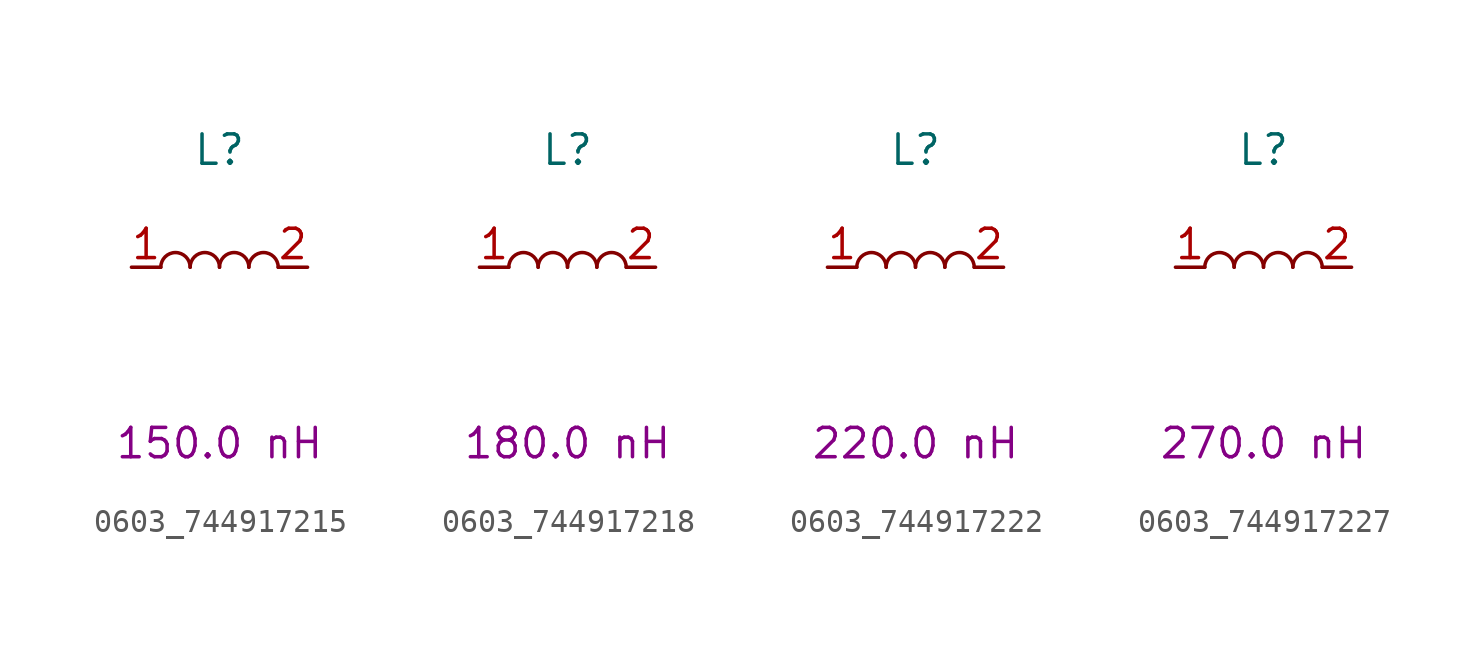
<source format=kicad_sym>
(kicad_symbol_lib
  (version 20220914)
  (generator kicad_symbol_editor)
  (symbol "0603_744917215"
    (pin_names hide)
    (property "Reference" "L"
      (at 0 5.08 0)
      (effects (font (size 1.27 1.27))))
    (property "Critical Parameter" "150.0 nH"
      (at 0 -7.62 0)
      (effects (font (size 1.27 1.27))))
    (symbol "0603_744917215_0_1"
      (arc (start -1.27 0) (mid -1.905 0.6323) (end -2.54 0) (stroke (width 0) (type default)) (fill (type none)))
      (arc (start 0 0) (mid -0.635 0.6323) (end -1.27 0) (stroke (width 0) (type default)) (fill (type none)))
      (arc (start 1.27 0) (mid 0.635 0.6323) (end 0 0) (stroke (width 0) (type default)) (fill (type none)))
      (arc (start 2.54 0) (mid 1.905 0.6323) (end 1.27 0) (stroke (width 0) (type default)) (fill (type none))))
    (symbol "0603_744917215_1_1"
      (pin passive line (at -3.81 0 0) (length 1.27) (name "1" (effects (font (size 1.27 1.27)))) (number "1" (effects (font (size 1.27 1.27)))))
      (pin passive line (at 3.81 0 180) (length 1.27) (name "2" (effects (font (size 1.27 1.27)))) (number "2" (effects (font (size 1.27 1.27)))))))
  (symbol "0603_744917218"
    (pin_names hide)
    (property "Reference" "L"
      (at 0 5.08 0)
      (effects (font (size 1.27 1.27))))
    (property "Critical Parameter" "180.0 nH"
      (at 0 -7.62 0)
      (effects (font (size 1.27 1.27))))
    (symbol "0603_744917218_0_1"
      (arc (start -1.27 0) (mid -1.905 0.6323) (end -2.54 0) (stroke (width 0) (type default)) (fill (type none)))
      (arc (start 0 0) (mid -0.635 0.6323) (end -1.27 0) (stroke (width 0) (type default)) (fill (type none)))
      (arc (start 1.27 0) (mid 0.635 0.6323) (end 0 0) (stroke (width 0) (type default)) (fill (type none)))
      (arc (start 2.54 0) (mid 1.905 0.6323) (end 1.27 0) (stroke (width 0) (type default)) (fill (type none))))
    (symbol "0603_744917218_1_1"
      (pin passive line (at -3.81 0 0) (length 1.27) (name "1" (effects (font (size 1.27 1.27)))) (number "1" (effects (font (size 1.27 1.27)))))
      (pin passive line (at 3.81 0 180) (length 1.27) (name "2" (effects (font (size 1.27 1.27)))) (number "2" (effects (font (size 1.27 1.27)))))))
  (symbol "0603_744917222"
    (pin_names hide)
    (property "Reference" "L"
      (at 0 5.08 0)
      (effects (font (size 1.27 1.27))))
    (property "Critical Parameter" "220.0 nH"
      (at 0 -7.62 0)
      (effects (font (size 1.27 1.27))))
    (symbol "0603_744917222_0_1"
      (arc (start -1.27 0) (mid -1.905 0.6323) (end -2.54 0) (stroke (width 0) (type default)) (fill (type none)))
      (arc (start 0 0) (mid -0.635 0.6323) (end -1.27 0) (stroke (width 0) (type default)) (fill (type none)))
      (arc (start 1.27 0) (mid 0.635 0.6323) (end 0 0) (stroke (width 0) (type default)) (fill (type none)))
      (arc (start 2.54 0) (mid 1.905 0.6323) (end 1.27 0) (stroke (width 0) (type default)) (fill (type none))))
    (symbol "0603_744917222_1_1"
      (pin passive line (at -3.81 0 0) (length 1.27) (name "1" (effects (font (size 1.27 1.27)))) (number "1" (effects (font (size 1.27 1.27)))))
      (pin passive line (at 3.81 0 180) (length 1.27) (name "2" (effects (font (size 1.27 1.27)))) (number "2" (effects (font (size 1.27 1.27)))))))
  (symbol "0603_744917227"
    (pin_names hide)
    (property "Reference" "L"
      (at 0 5.08 0)
      (effects (font (size 1.27 1.27))))
    (property "Critical Parameter" "270.0 nH"
      (at 0 -7.62 0)
      (effects (font (size 1.27 1.27))))
    (symbol "0603_744917227_0_1"
      (arc (start -1.27 0) (mid -1.905 0.6323) (end -2.54 0) (stroke (width 0) (type default)) (fill (type none)))
      (arc (start 0 0) (mid -0.635 0.6323) (end -1.27 0) (stroke (width 0) (type default)) (fill (type none)))
      (arc (start 1.27 0) (mid 0.635 0.6323) (end 0 0) (stroke (width 0) (type default)) (fill (type none)))
      (arc (start 2.54 0) (mid 1.905 0.6323) (end 1.27 0) (stroke (width 0) (type default)) (fill (type none))))
    (symbol "0603_744917227_1_1"
      (pin passive line (at -3.81 0 0) (length 1.27) (name "1" (effects (font (size 1.27 1.27)))) (number "1" (effects (font (size 1.27 1.27)))))
      (pin passive line (at 3.81 0 180) (length 1.27) (name "2" (effects (font (size 1.27 1.27)))) (number "2" (effects (font (size 1.27 1.27))))))))
</source>
